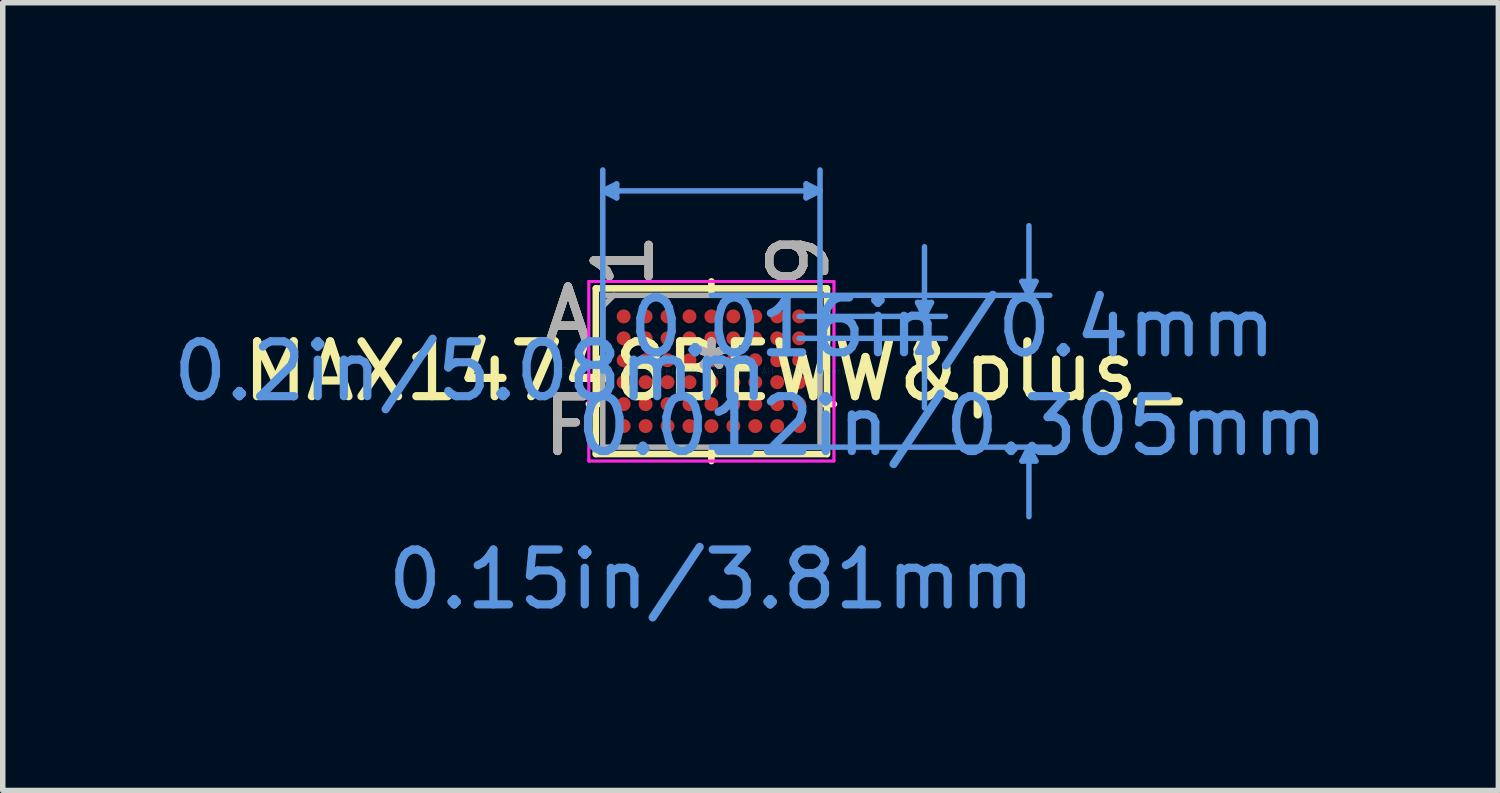
<source format=kicad_pcb>
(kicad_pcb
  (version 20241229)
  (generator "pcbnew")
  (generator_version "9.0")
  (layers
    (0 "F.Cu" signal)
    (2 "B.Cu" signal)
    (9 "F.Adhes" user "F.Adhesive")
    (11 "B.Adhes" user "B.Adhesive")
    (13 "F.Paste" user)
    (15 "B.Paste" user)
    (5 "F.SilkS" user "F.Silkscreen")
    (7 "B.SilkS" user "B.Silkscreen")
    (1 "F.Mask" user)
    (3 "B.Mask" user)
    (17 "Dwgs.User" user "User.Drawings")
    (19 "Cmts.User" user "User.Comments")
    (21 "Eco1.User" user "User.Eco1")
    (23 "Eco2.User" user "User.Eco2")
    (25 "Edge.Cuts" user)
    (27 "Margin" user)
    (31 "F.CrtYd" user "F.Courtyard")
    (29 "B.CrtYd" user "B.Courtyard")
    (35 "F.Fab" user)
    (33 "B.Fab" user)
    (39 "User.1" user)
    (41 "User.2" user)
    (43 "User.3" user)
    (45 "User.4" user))
  (footprint "MAX14748BEWW&plus_"
    (layer "F.Cu")
    (at 9.924 3.72)
    (property "Reference" "MAX14748BEWW&plus_" (at 0 0 0) (layer "F.SilkS") (effects (font (size 1 1) (thickness 0.15))))
    (attr through_hole)
    (fp_line (start -2.108 -1.511) (end -2.108 1.511) (stroke (width 0.12) (type solid)) (layer "F.SilkS"))
    (fp_line (start -2.108 1.511) (end 2.108 1.511) (stroke (width 0.12) (type solid)) (layer "F.SilkS"))
    (fp_line (start -2.06 0.6) (end -2.235 0.6) (stroke (width 0.12) (type solid)) (layer "F.SilkS"))
    (fp_line (start 0 -1.46) (end 0 -1.638) (stroke (width 0.12) (type solid)) (layer "F.SilkS"))
    (fp_line (start 0 1.46) (end 0 1.638) (stroke (width 0.12) (type solid)) (layer "F.SilkS"))
    (fp_line (start 2.06 0.6) (end 2.235 0.6) (stroke (width 0.12) (type solid)) (layer "F.SilkS"))
    (fp_line (start 2.108 -1.511) (end -2.108 -1.511) (stroke (width 0.12) (type solid)) (layer "F.SilkS"))
    (fp_line (start 2.108 1.511) (end 2.108 -1.511) (stroke (width 0.12) (type solid)) (layer "F.SilkS"))
    (fp_line (start -1.981 -3.289) (end -1.727 -3.416) (stroke (width 0.1) (type solid)) (layer "Cmts.User"))
    (fp_line (start -1.981 -3.289) (end -1.727 -3.162) (stroke (width 0.1) (type solid)) (layer "Cmts.User"))
    (fp_line (start -1.981 -3.289) (end 1.981 -3.289) (stroke (width 0.1) (type solid)) (layer "Cmts.User"))
    (fp_line (start -1.981 0) (end -1.981 -3.67) (stroke (width 0.1) (type solid)) (layer "Cmts.User"))
    (fp_line (start -1.727 -3.416) (end -1.727 -3.162) (stroke (width 0.1) (type solid)) (layer "Cmts.User"))
    (fp_line (start 0 -1.384) (end 6.172 -1.384) (stroke (width 0.1) (type solid)) (layer "Cmts.User"))
    (fp_line (start 0 1.384) (end 6.172 1.384) (stroke (width 0.1) (type solid)) (layer "Cmts.User"))
    (fp_line (start 1.6 -1) (end 4.267 -1) (stroke (width 0.1) (type solid)) (layer "Cmts.User"))
    (fp_line (start 1.6 -0.6) (end 4.267 -0.6) (stroke (width 0.1) (type solid)) (layer "Cmts.User"))
    (fp_line (start 1.727 -3.416) (end 1.727 -3.162) (stroke (width 0.1) (type solid)) (layer "Cmts.User"))
    (fp_line (start 1.981 -3.289) (end 1.727 -3.416) (stroke (width 0.1) (type solid)) (layer "Cmts.User"))
    (fp_line (start 1.981 -3.289) (end 1.727 -3.162) (stroke (width 0.1) (type solid)) (layer "Cmts.User"))
    (fp_line (start 1.981 0) (end 1.981 -3.67) (stroke (width 0.1) (type solid)) (layer "Cmts.User"))
    (fp_line (start 3.759 -1.254) (end 4.013 -1.254) (stroke (width 0.1) (type solid)) (layer "Cmts.User"))
    (fp_line (start 3.759 -0.346) (end 4.013 -0.346) (stroke (width 0.1) (type solid)) (layer "Cmts.User"))
    (fp_line (start 3.886 -1) (end 3.759 -1.254) (stroke (width 0.1) (type solid)) (layer "Cmts.User"))
    (fp_line (start 3.886 -1) (end 3.886 -2.27) (stroke (width 0.1) (type solid)) (layer "Cmts.User"))
    (fp_line (start 3.886 -1) (end 4.013 -1.254) (stroke (width 0.1) (type solid)) (layer "Cmts.User"))
    (fp_line (start 3.886 -0.6) (end 3.759 -0.346) (stroke (width 0.1) (type solid)) (layer "Cmts.User"))
    (fp_line (start 3.886 -0.6) (end 3.886 0.67) (stroke (width 0.1) (type solid)) (layer "Cmts.User"))
    (fp_line (start 3.886 -0.6) (end 4.013 -0.346) (stroke (width 0.1) (type solid)) (layer "Cmts.User"))
    (fp_line (start 5.664 -1.638) (end 5.918 -1.638) (stroke (width 0.1) (type solid)) (layer "Cmts.User"))
    (fp_line (start 5.664 1.638) (end 5.918 1.638) (stroke (width 0.1) (type solid)) (layer "Cmts.User"))
    (fp_line (start 5.791 -1.384) (end 5.664 -1.638) (stroke (width 0.1) (type solid)) (layer "Cmts.User"))
    (fp_line (start 5.791 -1.384) (end 5.791 -2.654) (stroke (width 0.1) (type solid)) (layer "Cmts.User"))
    (fp_line (start 5.791 -1.384) (end 5.918 -1.638) (stroke (width 0.1) (type solid)) (layer "Cmts.User"))
    (fp_line (start 5.791 1.384) (end 5.664 1.638) (stroke (width 0.1) (type solid)) (layer "Cmts.User"))
    (fp_line (start 5.791 1.384) (end 5.791 2.654) (stroke (width 0.1) (type solid)) (layer "Cmts.User"))
    (fp_line (start 5.791 1.384) (end 5.918 1.638) (stroke (width 0.1) (type solid)) (layer "Cmts.User"))
    (fp_line (start -2.235 -1.638) (end 2.235 -1.638) (stroke (width 0.05) (type solid)) (layer "F.CrtYd"))
    (fp_line (start -2.235 -1.638) (end 2.235 -1.638) (stroke (width 0.05) (type solid)) (layer "F.CrtYd"))
    (fp_line (start -2.235 1.638) (end -2.235 -1.638) (stroke (width 0.05) (type solid)) (layer "F.CrtYd"))
    (fp_line (start -2.235 1.638) (end -2.235 -1.638) (stroke (width 0.05) (type solid)) (layer "F.CrtYd"))
    (fp_line (start 2.235 -1.638) (end 2.235 1.638) (stroke (width 0.05) (type solid)) (layer "F.CrtYd"))
    (fp_line (start 2.235 -1.638) (end 2.235 1.638) (stroke (width 0.05) (type solid)) (layer "F.CrtYd"))
    (fp_line (start 2.235 1.638) (end -2.235 1.638) (stroke (width 0.05) (type solid)) (layer "F.CrtYd"))
    (fp_line (start 2.235 1.638) (end -2.235 1.638) (stroke (width 0.05) (type solid)) (layer "F.CrtYd"))
    (fp_line (start -1.981 -1.384) (end -1.981 1.384) (stroke (width 0.1) (type solid)) (layer "F.Fab"))
    (fp_line (start -1.981 1.384) (end 1.981 1.384) (stroke (width 0.1) (type solid)) (layer "F.Fab"))
    (fp_line (start -1.781 -1.384) (end -1.981 -1.184) (stroke (width 0.1) (type solid)) (layer "F.Fab"))
    (fp_line (start 1.981 -1.384) (end -1.981 -1.384) (stroke (width 0.1) (type solid)) (layer "F.Fab"))
    (fp_line (start 1.981 1.384) (end 1.981 -1.384) (stroke (width 0.1) (type solid)) (layer "F.Fab"))
    (fp_text user "A" (at -2.616 -1 0) (layer "F.SilkS") (effects (font (size 1 1) (thickness 0.15))))
    (fp_text user "F" (at -2.616 1 0) (layer "F.SilkS") (effects (font (size 1 1) (thickness 0.15))))
    (fp_text user "1" (at -1.6 -2.019 90) (layer "F.SilkS") (effects (font (size 1 1) (thickness 0.15))))
    (fp_text user "9" (at 1.6 -2.019 90) (layer "F.SilkS") (effects (font (size 1 1) (thickness 0.15))))
    (fp_text user "*" (at 0 0 0) (layer "F.SilkS") (effects (font (size 1 1) (thickness 0.15))))
    (fp_text user "A" (at -2.616 -1 0) (layer "B.SilkS") (effects (font (size 1 1) (thickness 0.15))))
    (fp_text user "F" (at -2.616 1 0) (layer "B.SilkS") (effects (font (size 1 1) (thickness 0.15))))
    (fp_text user "1" (at -1.6 -2.019 90) (layer "B.SilkS") (effects (font (size 1 1) (thickness 0.15))))
    (fp_text user "9" (at 1.6 -2.019 90) (layer "B.SilkS") (effects (font (size 1 1) (thickness 0.15))))
    (fp_text user "Copyright 2021 Accelerated Designs. All rights reserved." (at 0 0 0) (layer "Cmts.User") (effects (font (size 0.127 0.127) (thickness 0.002))))
    (fp_text user "0.15in/3.81mm" (at 0 3.797 0) (layer "Cmts.User") (effects (font (size 1 1) (thickness 0.15))))
    (fp_text user "0.012in/0.305mm" (at 4.394 1 0) (layer "Cmts.User") (effects (font (size 1 1) (thickness 0.15))))
    (fp_text user "0.016in/0.4mm" (at 4.394 -0.8 0) (layer "Cmts.User") (effects (font (size 1 1) (thickness 0.15))))
    (fp_text user "0.2in/5.08mm" (at -4.394 0 0) (layer "Cmts.User") (effects (font (size 1 1) (thickness 0.15))))
    (fp_text user "*" (at 0 0 0) (layer "F.Fab") (effects (font (size 1 1) (thickness 0.15))))
    (fp_text user "F" (at -2.616 1 0) (layer "F.Fab") (effects (font (size 1 1) (thickness 0.15))))
    (fp_text user "A" (at -2.616 -1 0) (layer "F.Fab") (effects (font (size 1 1) (thickness 0.15))))
    (fp_text user "9" (at 1.6 -2.019 90) (layer "F.Fab") (effects (font (size 1 1) (thickness 0.15))))
    (fp_text user "1" (at -1.6 -2.019 90) (layer "F.Fab") (effects (font (size 1 1) (thickness 0.15))))
    (pad "A1" smd circle (at -1.6 -1) (size 0.254 0.254) (layers "F.Cu" "F.Mask" "F.Paste"))
    (pad "A2" smd circle (at -1.2 -1) (size 0.254 0.254) (layers "F.Cu" "F.Mask" "F.Paste"))
    (pad "A3" smd circle (at -0.8 -1) (size 0.254 0.254) (layers "F.Cu" "F.Mask" "F.Paste"))
    (pad "A4" smd circle (at -0.4 -1) (size 0.254 0.254) (layers "F.Cu" "F.Mask" "F.Paste"))
    (pad "A5" smd circle (at 0 -1) (size 0.254 0.254) (layers "F.Cu" "F.Mask" "F.Paste"))
    (pad "A6" smd circle (at 0.4 -1) (size 0.254 0.254) (layers "F.Cu" "F.Mask" "F.Paste"))
    (pad "A7" smd circle (at 0.8 -1) (size 0.254 0.254) (layers "F.Cu" "F.Mask" "F.Paste"))
    (pad "A8" smd circle (at 1.2 -1) (size 0.254 0.254) (layers "F.Cu" "F.Mask" "F.Paste"))
    (pad "A9" smd circle (at 1.6 -1) (size 0.254 0.254) (layers "F.Cu" "F.Mask" "F.Paste"))
    (pad "B1" smd circle (at -1.6 -0.6) (size 0.254 0.254) (layers "F.Cu" "F.Mask" "F.Paste"))
    (pad "B2" smd circle (at -1.2 -0.6) (size 0.254 0.254) (layers "F.Cu" "F.Mask" "F.Paste"))
    (pad "B3" smd circle (at -0.8 -0.6) (size 0.254 0.254) (layers "F.Cu" "F.Mask" "F.Paste"))
    (pad "B4" smd circle (at -0.4 -0.6) (size 0.254 0.254) (layers "F.Cu" "F.Mask" "F.Paste"))
    (pad "B5" smd circle (at 0 -0.6) (size 0.254 0.254) (layers "F.Cu" "F.Mask" "F.Paste"))
    (pad "B6" smd circle (at 0.4 -0.6) (size 0.254 0.254) (layers "F.Cu" "F.Mask" "F.Paste"))
    (pad "B7" smd circle (at 0.8 -0.6) (size 0.254 0.254) (layers "F.Cu" "F.Mask" "F.Paste"))
    (pad "B8" smd circle (at 1.2 -0.6) (size 0.254 0.254) (layers "F.Cu" "F.Mask" "F.Paste"))
    (pad "B9" smd circle (at 1.6 -0.6) (size 0.254 0.254) (layers "F.Cu" "F.Mask" "F.Paste"))
    (pad "C1" smd circle (at -1.6 -0.2) (size 0.254 0.254) (layers "F.Cu" "F.Mask" "F.Paste"))
    (pad "C2" smd circle (at -1.2 -0.2) (size 0.254 0.254) (layers "F.Cu" "F.Mask" "F.Paste"))
    (pad "C3" smd circle (at -0.8 -0.2) (size 0.254 0.254) (layers "F.Cu" "F.Mask" "F.Paste"))
    (pad "C4" smd circle (at -0.4 -0.2) (size 0.254 0.254) (layers "F.Cu" "F.Mask" "F.Paste"))
    (pad "C5" smd circle (at 0 -0.2) (size 0.254 0.254) (layers "F.Cu" "F.Mask" "F.Paste"))
    (pad "C6" smd circle (at 0.4 -0.2) (size 0.254 0.254) (layers "F.Cu" "F.Mask" "F.Paste"))
    (pad "C7" smd circle (at 0.8 -0.2) (size 0.254 0.254) (layers "F.Cu" "F.Mask" "F.Paste"))
    (pad "C8" smd circle (at 1.2 -0.2) (size 0.254 0.254) (layers "F.Cu" "F.Mask" "F.Paste"))
    (pad "C9" smd circle (at 1.6 -0.2) (size 0.254 0.254) (layers "F.Cu" "F.Mask" "F.Paste"))
    (pad "D1" smd circle (at -1.6 0.2) (size 0.254 0.254) (layers "F.Cu" "F.Mask" "F.Paste"))
    (pad "D2" smd circle (at -1.2 0.2) (size 0.254 0.254) (layers "F.Cu" "F.Mask" "F.Paste"))
    (pad "D3" smd circle (at -0.8 0.2) (size 0.254 0.254) (layers "F.Cu" "F.Mask" "F.Paste"))
    (pad "D4" smd circle (at -0.4 0.2) (size 0.254 0.254) (layers "F.Cu" "F.Mask" "F.Paste"))
    (pad "D5" smd circle (at 0 0.2) (size 0.254 0.254) (layers "F.Cu" "F.Mask" "F.Paste"))
    (pad "D6" smd circle (at 0.4 0.2) (size 0.254 0.254) (layers "F.Cu" "F.Mask" "F.Paste"))
    (pad "D7" smd circle (at 0.8 0.2) (size 0.254 0.254) (layers "F.Cu" "F.Mask" "F.Paste"))
    (pad "D8" smd circle (at 1.2 0.2) (size 0.254 0.254) (layers "F.Cu" "F.Mask" "F.Paste"))
    (pad "D9" smd circle (at 1.6 0.2) (size 0.254 0.254) (layers "F.Cu" "F.Mask" "F.Paste"))
    (pad "E1" smd circle (at -1.6 0.6) (size 0.254 0.254) (layers "F.Cu" "F.Mask" "F.Paste"))
    (pad "E2" smd circle (at -1.2 0.6) (size 0.254 0.254) (layers "F.Cu" "F.Mask" "F.Paste"))
    (pad "E3" smd circle (at -0.8 0.6) (size 0.254 0.254) (layers "F.Cu" "F.Mask" "F.Paste"))
    (pad "E4" smd circle (at -0.4 0.6) (size 0.254 0.254) (layers "F.Cu" "F.Mask" "F.Paste"))
    (pad "E5" smd circle (at 0 0.6) (size 0.254 0.254) (layers "F.Cu" "F.Mask" "F.Paste"))
    (pad "E6" smd circle (at 0.4 0.6) (size 0.254 0.254) (layers "F.Cu" "F.Mask" "F.Paste"))
    (pad "E7" smd circle (at 0.8 0.6) (size 0.254 0.254) (layers "F.Cu" "F.Mask" "F.Paste"))
    (pad "E8" smd circle (at 1.2 0.6) (size 0.254 0.254) (layers "F.Cu" "F.Mask" "F.Paste"))
    (pad "E9" smd circle (at 1.6 0.6) (size 0.254 0.254) (layers "F.Cu" "F.Mask" "F.Paste"))
    (pad "F1" smd circle (at -1.6 1) (size 0.254 0.254) (layers "F.Cu" "F.Mask" "F.Paste"))
    (pad "F2" smd circle (at -1.2 1) (size 0.254 0.254) (layers "F.Cu" "F.Mask" "F.Paste"))
    (pad "F3" smd circle (at -0.8 1) (size 0.254 0.254) (layers "F.Cu" "F.Mask" "F.Paste"))
    (pad "F4" smd circle (at -0.4 1) (size 0.254 0.254) (layers "F.Cu" "F.Mask" "F.Paste"))
    (pad "F5" smd circle (at 0 1) (size 0.254 0.254) (layers "F.Cu" "F.Mask" "F.Paste"))
    (pad "F6" smd circle (at 0.4 1) (size 0.254 0.254) (layers "F.Cu" "F.Mask" "F.Paste"))
    (pad "F7" smd circle (at 0.8 1) (size 0.254 0.254) (layers "F.Cu" "F.Mask" "F.Paste"))
    (pad "F8" smd circle (at 1.2 1) (size 0.254 0.254) (layers "F.Cu" "F.Mask" "F.Paste"))
    (pad "F9" smd circle (at 1.6 1) (size 0.254 0.254) (layers "F.Cu" "F.Mask" "F.Paste")))
  (gr_rect
    (start -3 -3)
    (end 24.276 11.366)
    (stroke (width 0.1) (type default))
    (fill no)
    (layer "Edge.Cuts")))
</source>
